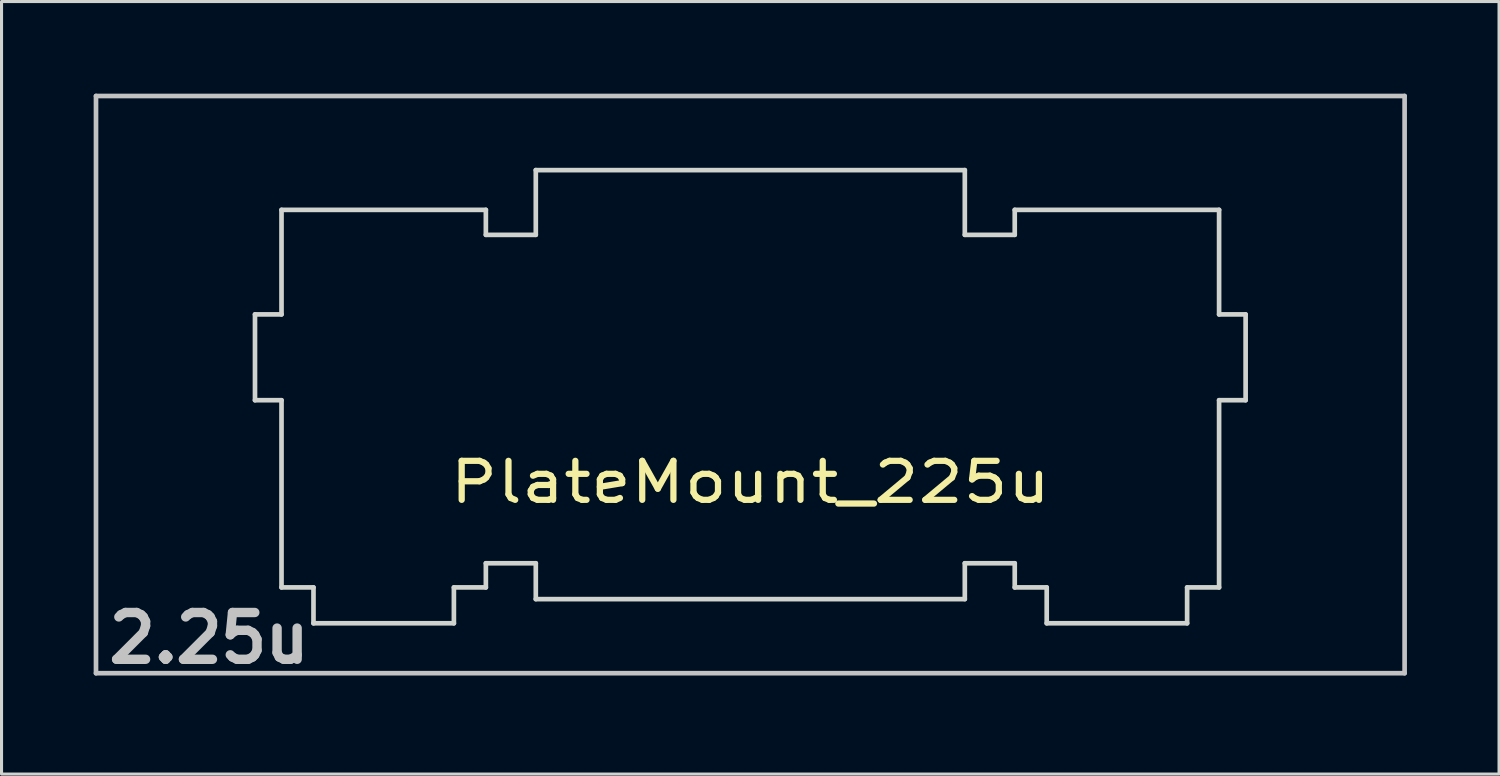
<source format=kicad_pcb>
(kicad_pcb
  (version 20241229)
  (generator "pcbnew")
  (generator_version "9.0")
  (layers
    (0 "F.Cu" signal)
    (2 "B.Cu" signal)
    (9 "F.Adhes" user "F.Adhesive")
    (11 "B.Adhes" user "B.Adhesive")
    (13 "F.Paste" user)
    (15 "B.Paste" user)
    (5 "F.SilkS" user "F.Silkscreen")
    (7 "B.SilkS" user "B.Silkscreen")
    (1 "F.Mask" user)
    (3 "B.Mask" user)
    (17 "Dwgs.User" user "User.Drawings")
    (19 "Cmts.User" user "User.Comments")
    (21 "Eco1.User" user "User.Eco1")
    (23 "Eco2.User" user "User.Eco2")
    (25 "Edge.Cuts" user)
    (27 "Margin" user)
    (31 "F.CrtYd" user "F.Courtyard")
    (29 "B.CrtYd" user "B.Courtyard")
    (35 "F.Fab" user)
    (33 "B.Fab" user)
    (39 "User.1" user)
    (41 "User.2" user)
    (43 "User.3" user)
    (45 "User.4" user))
  (footprint "PlateMount_225u"
    (layer "F.Cu")
    (at 21.382 9.474)
    (property "Reference" "PlateMount_225u" (at 0 3.175 0) (layer "F.SilkS") (effects (font (size 1.27 1.524) (thickness 0.203))))
    (attr through_hole)
    (fp_line (start -16.91 1.19) (end -16.91 -3.01) (stroke (width 1.3) (type default)) (layer "F.Mask"))
    (fp_line (start -16.5 -2.59) (end -15.6 -2.59) (stroke (width 0.5) (type default)) (layer "F.Mask"))
    (fp_line (start -16.47 0.79) (end -15.57 0.79) (stroke (width 0.5) (type default)) (layer "F.Mask"))
    (fp_line (start -16.01 -3.01) (end -16.91 -3.01) (stroke (width 1.3) (type default)) (layer "F.Mask"))
    (fp_line (start -16.01 -3.01) (end -16.01 -6.41) (stroke (width 1.3) (type default)) (layer "F.Mask"))
    (fp_line (start -16.01 1.19) (end -16.91 1.19) (stroke (width 1.3) (type default)) (layer "F.Mask"))
    (fp_line (start -16.01 7.29) (end -16.01 1.19) (stroke (width 1.3) (type default)) (layer "F.Mask"))
    (fp_line (start -15.61 1.7) (end -15.61 0.8) (stroke (width 0.5) (type default)) (layer "F.Mask"))
    (fp_line (start -15.6 -2.61) (end -15.6 -3.51) (stroke (width 0.5) (type default)) (layer "F.Mask"))
    (fp_line (start -15.41 6.87) (end -14.51 6.87) (stroke (width 0.5) (type default)) (layer "F.Mask"))
    (fp_line (start -14.91 7.29) (end -16.01 7.29) (stroke (width 1.3) (type default)) (layer "F.Mask"))
    (fp_line (start -14.91 8.49) (end -14.91 7.29) (stroke (width 1.3) (type default)) (layer "F.Mask"))
    (fp_line (start -14.56 7.75) (end -14.56 6.85) (stroke (width 0.5) (type default)) (layer "F.Mask"))
    (fp_line (start -9.38 7.8) (end -9.38 6.9) (stroke (width 0.5) (type default)) (layer "F.Mask"))
    (fp_line (start -9.35 6.89) (end -8.45 6.89) (stroke (width 0.5) (type default)) (layer "F.Mask"))
    (fp_line (start -9.08 6.92) (end -8.18 6.92) (stroke (width 0.5) (type default)) (layer "F.Mask"))
    (fp_line (start -9.01 8.49) (end -14.91 8.49) (stroke (width 1.3) (type default)) (layer "F.Mask"))
    (fp_line (start -9.01 8.49) (end -9.01 7.29) (stroke (width 1.3) (type default)) (layer "F.Mask"))
    (fp_line (start -8.31 -5.11) (end -8.31 -6.01) (stroke (width 0.5) (type default)) (layer "F.Mask"))
    (fp_line (start -8.3 7.03) (end -8.3 6.13) (stroke (width 0.5) (type default)) (layer "F.Mask"))
    (fp_line (start -8.27 -5.11) (end -7.37 -5.11) (stroke (width 0.5) (type default)) (layer "F.Mask"))
    (fp_line (start -8.26 6.13) (end -7.36 6.13) (stroke (width 0.5) (type default)) (layer "F.Mask"))
    (fp_line (start -7.91 -6.41) (end -16.01 -6.41) (stroke (width 1.3) (type default)) (layer "F.Mask"))
    (fp_line (start -7.89 7.72) (end -7.89 6.52) (stroke (width 1.3) (type default)) (layer "F.Mask"))
    (fp_line (start -7.72 7.72) (end -7.72 6.52) (stroke (width 1.3) (type default)) (layer "F.Mask"))
    (fp_line (start -7.71 -5.51) (end -7.71 -7.71) (stroke (width 1.3) (type default)) (layer "F.Mask"))
    (fp_line (start -7.33 7.03) (end -7.33 6.13) (stroke (width 0.5) (type default)) (layer "F.Mask"))
    (fp_line (start -7.31 -5.11) (end -7.31 -6.01) (stroke (width 0.5) (type default)) (layer "F.Mask"))
    (fp_line (start 7.3 -5.1) (end 7.3 -6) (stroke (width 0.5) (type default)) (layer "F.Mask"))
    (fp_line (start 7.32 7.04) (end 7.32 6.14) (stroke (width 0.5) (type default)) (layer "F.Mask"))
    (fp_line (start 7.68 7.72) (end -8.51 7.72) (stroke (width 1.3) (type default)) (layer "F.Mask"))
    (fp_line (start 7.69 -7.71) (end -7.71 -7.71) (stroke (width 1.3) (type default)) (layer "F.Mask"))
    (fp_line (start 7.7 -5.5) (end 7.7 -7.7) (stroke (width 1.3) (type default)) (layer "F.Mask"))
    (fp_line (start 7.71 7.73) (end 7.71 6.53) (stroke (width 1.3) (type default)) (layer "F.Mask"))
    (fp_line (start 7.88 7.73) (end 7.88 6.53) (stroke (width 1.3) (type default)) (layer "F.Mask"))
    (fp_line (start 7.9 -6.4) (end 16 -6.4) (stroke (width 1.3) (type default)) (layer "F.Mask"))
    (fp_line (start 8.25 6.14) (end 7.35 6.14) (stroke (width 0.5) (type default)) (layer "F.Mask"))
    (fp_line (start 8.26 -5.1) (end 7.36 -5.1) (stroke (width 0.5) (type default)) (layer "F.Mask"))
    (fp_line (start 8.29 7.04) (end 8.29 6.14) (stroke (width 0.5) (type default)) (layer "F.Mask"))
    (fp_line (start 8.3 -5.1) (end 8.3 -6) (stroke (width 0.5) (type default)) (layer "F.Mask"))
    (fp_line (start 9 8.5) (end 9 7.3) (stroke (width 1.3) (type default)) (layer "F.Mask"))
    (fp_line (start 9 8.5) (end 14.9 8.5) (stroke (width 1.3) (type default)) (layer "F.Mask"))
    (fp_line (start 9.07 6.93) (end 8.17 6.93) (stroke (width 0.5) (type default)) (layer "F.Mask"))
    (fp_line (start 9.34 6.9) (end 8.44 6.9) (stroke (width 0.5) (type default)) (layer "F.Mask"))
    (fp_line (start 9.37 7.81) (end 9.37 6.91) (stroke (width 0.5) (type default)) (layer "F.Mask"))
    (fp_line (start 14.55 7.76) (end 14.55 6.86) (stroke (width 0.5) (type default)) (layer "F.Mask"))
    (fp_line (start 14.9 7.3) (end 16 7.3) (stroke (width 1.3) (type default)) (layer "F.Mask"))
    (fp_line (start 14.9 8.5) (end 14.9 7.3) (stroke (width 1.3) (type default)) (layer "F.Mask"))
    (fp_line (start 15.4 6.88) (end 14.5 6.88) (stroke (width 0.5) (type default)) (layer "F.Mask"))
    (fp_line (start 15.59 -2.6) (end 15.59 -3.5) (stroke (width 0.5) (type default)) (layer "F.Mask"))
    (fp_line (start 15.6 1.71) (end 15.6 0.81) (stroke (width 0.5) (type default)) (layer "F.Mask"))
    (fp_line (start 16 -3) (end 16 -6.4) (stroke (width 1.3) (type default)) (layer "F.Mask"))
    (fp_line (start 16 -3) (end 16.9 -3) (stroke (width 1.3) (type default)) (layer "F.Mask"))
    (fp_line (start 16 1.2) (end 16.9 1.2) (stroke (width 1.3) (type default)) (layer "F.Mask"))
    (fp_line (start 16 7.3) (end 16 1.2) (stroke (width 1.3) (type default)) (layer "F.Mask"))
    (fp_line (start 16.46 0.8) (end 15.56 0.8) (stroke (width 0.5) (type default)) (layer "F.Mask"))
    (fp_line (start 16.49 -2.58) (end 15.59 -2.58) (stroke (width 0.5) (type default)) (layer "F.Mask"))
    (fp_line (start 16.9 1.2) (end 16.9 -3) (stroke (width 1.3) (type default)) (layer "F.Mask"))
    (fp_line (start -16.9 1.2) (end -16.9 -3) (stroke (width 1.3) (type default)) (layer "B.Mask"))
    (fp_line (start -16.49 -2.58) (end -15.59 -2.58) (stroke (width 0.5) (type default)) (layer "B.Mask"))
    (fp_line (start -16.46 0.8) (end -15.56 0.8) (stroke (width 0.5) (type default)) (layer "B.Mask"))
    (fp_line (start -16 -3) (end -16.9 -3) (stroke (width 1.3) (type default)) (layer "B.Mask"))
    (fp_line (start -16 -3) (end -16 -6.4) (stroke (width 1.3) (type default)) (layer "B.Mask"))
    (fp_line (start -16 1.2) (end -16.9 1.2) (stroke (width 1.3) (type default)) (layer "B.Mask"))
    (fp_line (start -16 7.3) (end -16 1.2) (stroke (width 1.3) (type default)) (layer "B.Mask"))
    (fp_line (start -15.6 1.71) (end -15.6 0.81) (stroke (width 0.5) (type default)) (layer "B.Mask"))
    (fp_line (start -15.59 -2.6) (end -15.59 -3.5) (stroke (width 0.5) (type default)) (layer "B.Mask"))
    (fp_line (start -15.4 6.88) (end -14.5 6.88) (stroke (width 0.5) (type default)) (layer "B.Mask"))
    (fp_line (start -14.9 7.3) (end -16 7.3) (stroke (width 1.3) (type default)) (layer "B.Mask"))
    (fp_line (start -14.9 8.5) (end -14.9 7.3) (stroke (width 1.3) (type default)) (layer "B.Mask"))
    (fp_line (start -14.55 7.76) (end -14.55 6.86) (stroke (width 0.5) (type default)) (layer "B.Mask"))
    (fp_line (start -9.37 7.81) (end -9.37 6.91) (stroke (width 0.5) (type default)) (layer "B.Mask"))
    (fp_line (start -9.34 6.9) (end -8.44 6.9) (stroke (width 0.5) (type default)) (layer "B.Mask"))
    (fp_line (start -9.07 6.93) (end -8.17 6.93) (stroke (width 0.5) (type default)) (layer "B.Mask"))
    (fp_line (start -9 8.5) (end -14.9 8.5) (stroke (width 1.3) (type default)) (layer "B.Mask"))
    (fp_line (start -9 8.5) (end -9 7.3) (stroke (width 1.3) (type default)) (layer "B.Mask"))
    (fp_line (start -8.3 -5.1) (end -8.3 -6) (stroke (width 0.5) (type default)) (layer "B.Mask"))
    (fp_line (start -8.29 7.04) (end -8.29 6.14) (stroke (width 0.5) (type default)) (layer "B.Mask"))
    (fp_line (start -8.26 -5.1) (end -7.36 -5.1) (stroke (width 0.5) (type default)) (layer "B.Mask"))
    (fp_line (start -8.25 6.14) (end -7.35 6.14) (stroke (width 0.5) (type default)) (layer "B.Mask"))
    (fp_line (start -7.9 -6.4) (end -16 -6.4) (stroke (width 1.3) (type default)) (layer "B.Mask"))
    (fp_line (start -7.88 7.73) (end -7.88 6.53) (stroke (width 1.3) (type default)) (layer "B.Mask"))
    (fp_line (start -7.71 7.73) (end -7.71 6.53) (stroke (width 1.3) (type default)) (layer "B.Mask"))
    (fp_line (start -7.7 -5.5) (end -7.7 -7.7) (stroke (width 1.3) (type default)) (layer "B.Mask"))
    (fp_line (start -7.69 -7.71) (end 7.71 -7.71) (stroke (width 1.3) (type default)) (layer "B.Mask"))
    (fp_line (start -7.68 7.72) (end 8.51 7.72) (stroke (width 1.3) (type default)) (layer "B.Mask"))
    (fp_line (start -7.32 7.04) (end -7.32 6.14) (stroke (width 0.5) (type default)) (layer "B.Mask"))
    (fp_line (start -7.3 -5.1) (end -7.3 -6) (stroke (width 0.5) (type default)) (layer "B.Mask"))
    (fp_line (start 7.31 -5.11) (end 7.31 -6.01) (stroke (width 0.5) (type default)) (layer "B.Mask"))
    (fp_line (start 7.33 7.03) (end 7.33 6.13) (stroke (width 0.5) (type default)) (layer "B.Mask"))
    (fp_line (start 7.71 -5.51) (end 7.71 -7.71) (stroke (width 1.3) (type default)) (layer "B.Mask"))
    (fp_line (start 7.72 7.72) (end 7.72 6.52) (stroke (width 1.3) (type default)) (layer "B.Mask"))
    (fp_line (start 7.89 7.72) (end 7.89 6.52) (stroke (width 1.3) (type default)) (layer "B.Mask"))
    (fp_line (start 7.91 -6.41) (end 16.01 -6.41) (stroke (width 1.3) (type default)) (layer "B.Mask"))
    (fp_line (start 8.26 6.13) (end 7.36 6.13) (stroke (width 0.5) (type default)) (layer "B.Mask"))
    (fp_line (start 8.27 -5.11) (end 7.37 -5.11) (stroke (width 0.5) (type default)) (layer "B.Mask"))
    (fp_line (start 8.3 7.03) (end 8.3 6.13) (stroke (width 0.5) (type default)) (layer "B.Mask"))
    (fp_line (start 8.31 -5.11) (end 8.31 -6.01) (stroke (width 0.5) (type default)) (layer "B.Mask"))
    (fp_line (start 9.01 8.49) (end 9.01 7.29) (stroke (width 1.3) (type default)) (layer "B.Mask"))
    (fp_line (start 9.01 8.49) (end 14.91 8.49) (stroke (width 1.3) (type default)) (layer "B.Mask"))
    (fp_line (start 9.08 6.92) (end 8.18 6.92) (stroke (width 0.5) (type default)) (layer "B.Mask"))
    (fp_line (start 9.35 6.89) (end 8.45 6.89) (stroke (width 0.5) (type default)) (layer "B.Mask"))
    (fp_line (start 9.38 7.8) (end 9.38 6.9) (stroke (width 0.5) (type default)) (layer "B.Mask"))
    (fp_line (start 14.56 7.75) (end 14.56 6.85) (stroke (width 0.5) (type default)) (layer "B.Mask"))
    (fp_line (start 14.91 7.29) (end 16.01 7.29) (stroke (width 1.3) (type default)) (layer "B.Mask"))
    (fp_line (start 14.91 8.49) (end 14.91 7.29) (stroke (width 1.3) (type default)) (layer "B.Mask"))
    (fp_line (start 15.41 6.87) (end 14.51 6.87) (stroke (width 0.5) (type default)) (layer "B.Mask"))
    (fp_line (start 15.6 -2.61) (end 15.6 -3.51) (stroke (width 0.5) (type default)) (layer "B.Mask"))
    (fp_line (start 15.61 1.7) (end 15.61 0.8) (stroke (width 0.5) (type default)) (layer "B.Mask"))
    (fp_line (start 16.01 -3.01) (end 16.01 -6.41) (stroke (width 1.3) (type default)) (layer "B.Mask"))
    (fp_line (start 16.01 -3.01) (end 16.91 -3.01) (stroke (width 1.3) (type default)) (layer "B.Mask"))
    (fp_line (start 16.01 1.19) (end 16.91 1.19) (stroke (width 1.3) (type default)) (layer "B.Mask"))
    (fp_line (start 16.01 7.29) (end 16.01 1.19) (stroke (width 1.3) (type default)) (layer "B.Mask"))
    (fp_line (start 16.47 0.79) (end 15.57 0.79) (stroke (width 0.5) (type default)) (layer "B.Mask"))
    (fp_line (start 16.5 -2.59) (end 15.6 -2.59) (stroke (width 0.5) (type default)) (layer "B.Mask"))
    (fp_line (start 16.91 1.19) (end 16.91 -3.01) (stroke (width 1.3) (type default)) (layer "B.Mask"))
    (fp_line (start -21.306 -9.398) (end 21.306 -9.398) (stroke (width 0.152) (type solid)) (layer "Dwgs.User"))
    (fp_line (start -21.306 9.398) (end -21.306 -9.398) (stroke (width 0.152) (type solid)) (layer "Dwgs.User"))
    (fp_line (start 21.306 -9.398) (end 21.306 9.398) (stroke (width 0.152) (type solid)) (layer "Dwgs.User"))
    (fp_line (start 21.306 9.398) (end -21.306 9.398) (stroke (width 0.152) (type solid)) (layer "Dwgs.User"))
    (fp_line (start -16.129 -2.286) (end -15.265 -2.286) (stroke (width 0.152) (type solid)) (layer "Edge.Cuts"))
    (fp_line (start -16.129 0.508) (end -16.129 -2.286) (stroke (width 0.152) (type solid)) (layer "Edge.Cuts"))
    (fp_line (start -15.265 -5.69) (end -8.611 -5.69) (stroke (width 0.152) (type solid)) (layer "Edge.Cuts"))
    (fp_line (start -15.265 -2.286) (end -15.265 -5.69) (stroke (width 0.152) (type solid)) (layer "Edge.Cuts"))
    (fp_line (start -15.265 0.508) (end -16.129 0.508) (stroke (width 0.152) (type solid)) (layer "Edge.Cuts"))
    (fp_line (start -15.265 6.604) (end -15.265 0.508) (stroke (width 0.152) (type solid)) (layer "Edge.Cuts"))
    (fp_line (start -14.224 6.604) (end -15.265 6.604) (stroke (width 0.152) (type solid)) (layer "Edge.Cuts"))
    (fp_line (start -14.224 7.772) (end -14.224 6.604) (stroke (width 0.152) (type solid)) (layer "Edge.Cuts"))
    (fp_line (start -9.652 6.604) (end -9.652 7.772) (stroke (width 0.152) (type solid)) (layer "Edge.Cuts"))
    (fp_line (start -9.652 7.772) (end -14.224 7.772) (stroke (width 0.152) (type solid)) (layer "Edge.Cuts"))
    (fp_line (start -8.611 -5.69) (end -8.611 -4.877) (stroke (width 0.152) (type solid)) (layer "Edge.Cuts"))
    (fp_line (start -8.611 -4.877) (end -6.985 -4.877) (stroke (width 0.152) (type solid)) (layer "Edge.Cuts"))
    (fp_line (start -8.611 5.817) (end -8.611 6.604) (stroke (width 0.152) (type solid)) (layer "Edge.Cuts"))
    (fp_line (start -8.611 6.604) (end -9.652 6.604) (stroke (width 0.152) (type solid)) (layer "Edge.Cuts"))
    (fp_line (start -6.985 -6.985) (end 6.985 -6.985) (stroke (width 0.152) (type solid)) (layer "Edge.Cuts"))
    (fp_line (start -6.985 -4.877) (end -6.985 -6.985) (stroke (width 0.152) (type solid)) (layer "Edge.Cuts"))
    (fp_line (start -6.985 5.817) (end -8.611 5.817) (stroke (width 0.152) (type solid)) (layer "Edge.Cuts"))
    (fp_line (start -6.985 6.985) (end -6.985 5.817) (stroke (width 0.152) (type solid)) (layer "Edge.Cuts"))
    (fp_line (start 6.985 -6.985) (end 6.985 -4.877) (stroke (width 0.152) (type solid)) (layer "Edge.Cuts"))
    (fp_line (start 6.985 -4.877) (end 8.611 -4.877) (stroke (width 0.152) (type solid)) (layer "Edge.Cuts"))
    (fp_line (start 6.985 5.817) (end 6.985 6.985) (stroke (width 0.152) (type solid)) (layer "Edge.Cuts"))
    (fp_line (start 6.985 6.985) (end -6.985 6.985) (stroke (width 0.152) (type solid)) (layer "Edge.Cuts"))
    (fp_line (start 8.611 -5.69) (end 15.265 -5.69) (stroke (width 0.152) (type solid)) (layer "Edge.Cuts"))
    (fp_line (start 8.611 -4.877) (end 8.611 -5.69) (stroke (width 0.152) (type solid)) (layer "Edge.Cuts"))
    (fp_line (start 8.611 5.817) (end 6.985 5.817) (stroke (width 0.152) (type solid)) (layer "Edge.Cuts"))
    (fp_line (start 8.611 6.604) (end 8.611 5.817) (stroke (width 0.152) (type solid)) (layer "Edge.Cuts"))
    (fp_line (start 9.652 6.604) (end 8.611 6.604) (stroke (width 0.152) (type solid)) (layer "Edge.Cuts"))
    (fp_line (start 9.652 7.772) (end 9.652 6.604) (stroke (width 0.152) (type solid)) (layer "Edge.Cuts"))
    (fp_line (start 14.224 6.604) (end 14.224 7.772) (stroke (width 0.152) (type solid)) (layer "Edge.Cuts"))
    (fp_line (start 14.224 7.772) (end 9.652 7.772) (stroke (width 0.152) (type solid)) (layer "Edge.Cuts"))
    (fp_line (start 15.265 -5.69) (end 15.265 -2.286) (stroke (width 0.152) (type solid)) (layer "Edge.Cuts"))
    (fp_line (start 15.265 -2.286) (end 16.129 -2.286) (stroke (width 0.152) (type solid)) (layer "Edge.Cuts"))
    (fp_line (start 15.265 0.508) (end 15.265 6.604) (stroke (width 0.152) (type solid)) (layer "Edge.Cuts"))
    (fp_line (start 15.265 6.604) (end 14.224 6.604) (stroke (width 0.152) (type solid)) (layer "Edge.Cuts"))
    (fp_line (start 16.129 -2.286) (end 16.129 0.508) (stroke (width 0.152) (type solid)) (layer "Edge.Cuts"))
    (fp_line (start 16.129 0.508) (end 15.265 0.508) (stroke (width 0.152) (type solid)) (layer "Edge.Cuts"))
    (fp_text user "2.25u" (at -17.623 8.255 0) (layer "Dwgs.User") (effects (font (size 1.524 1.524) (thickness 0.305)))))
  (gr_rect
    (start -3 -3)
    (end 45.763 22.156)
    (stroke (width 0.1) (type default))
    (fill no)
    (layer "Edge.Cuts")))
</source>
